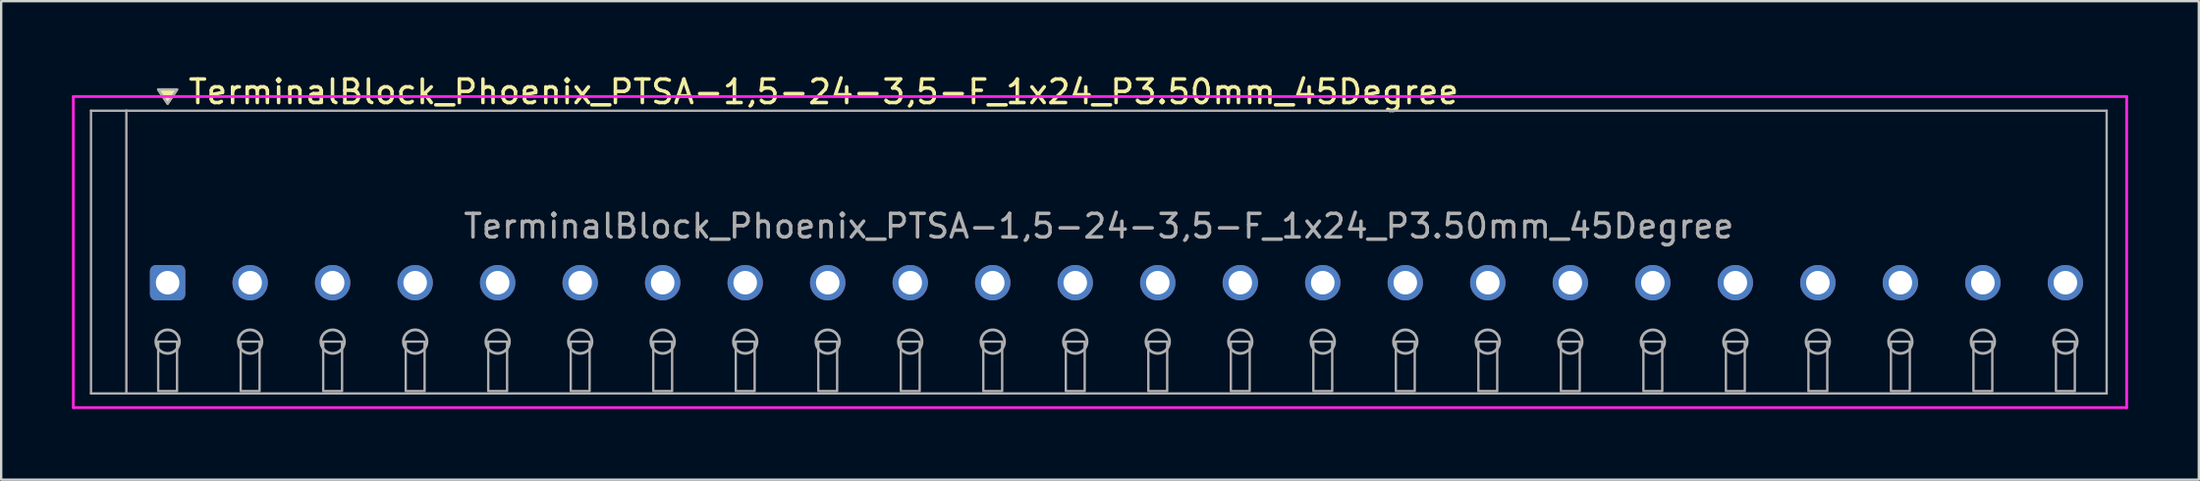
<source format=kicad_pcb>
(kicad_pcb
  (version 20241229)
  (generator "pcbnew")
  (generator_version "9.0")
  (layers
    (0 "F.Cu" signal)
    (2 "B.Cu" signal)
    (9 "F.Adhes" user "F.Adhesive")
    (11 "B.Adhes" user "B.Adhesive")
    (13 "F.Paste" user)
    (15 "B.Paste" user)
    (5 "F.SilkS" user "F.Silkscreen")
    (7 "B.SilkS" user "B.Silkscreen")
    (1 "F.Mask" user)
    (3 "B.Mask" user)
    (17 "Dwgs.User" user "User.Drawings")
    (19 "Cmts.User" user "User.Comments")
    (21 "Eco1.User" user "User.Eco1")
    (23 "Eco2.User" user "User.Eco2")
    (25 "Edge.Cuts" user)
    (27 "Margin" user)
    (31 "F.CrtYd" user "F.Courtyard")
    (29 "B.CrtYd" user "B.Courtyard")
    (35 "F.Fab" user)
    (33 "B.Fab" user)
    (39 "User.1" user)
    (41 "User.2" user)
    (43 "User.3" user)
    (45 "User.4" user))
  (footprint "TerminalBlock_Phoenix_PTSA-1,5-24-3,5-F_1x24_P3.50mm_45Degree"
    (layer "F.Cu")
    (at 4.06 8.948)
    (property "Reference" "TerminalBlock_Phoenix_PTSA-1,5-24-3,5-F_1x24_P3.50mm_45Degree" (at 0.8 -8.1 0) (layer "F.SilkS") (effects (font (size 1 1) (thickness 0.15)) (justify left)))
    (attr through_hole)
    (fp_poly (pts (xy 0 -7.6) (xy -0.4 -8.2) (xy 0.4 -8.2)) (stroke (width 0.1) (type solid)) (fill yes) (layer "F.SilkS"))
    (fp_line (start -4 -7.9) (end 83.1 -7.9) (stroke (width 0.12) (type solid)) (layer "F.CrtYd"))
    (fp_line (start -4 5.3) (end -4 -7.9) (stroke (width 0.12) (type solid)) (layer "F.CrtYd"))
    (fp_line (start 83.1 -7.9) (end 83.1 5.3) (stroke (width 0.12) (type solid)) (layer "F.CrtYd"))
    (fp_line (start 83.1 5.3) (end -4 5.3) (stroke (width 0.12) (type solid)) (layer "F.CrtYd"))
    (fp_line (start -3.25 -7.3) (end -1.75 -7.3) (stroke (width 0.1) (type solid)) (layer "F.Fab"))
    (fp_line (start -3.25 4.7) (end -3.25 -7.3) (stroke (width 0.1) (type solid)) (layer "F.Fab"))
    (fp_line (start -1.75 -7.3) (end -1.75 4.7) (stroke (width 0.1) (type solid)) (layer "F.Fab"))
    (fp_line (start -1.75 4.7) (end -3.25 4.7) (stroke (width 0.1) (type solid)) (layer "F.Fab"))
    (fp_line (start -1.75 4.7) (end 82.25 4.7) (stroke (width 0.1) (type solid)) (layer "F.Fab"))
    (fp_line (start 82.25 -7.3) (end -1.75 -7.3) (stroke (width 0.1) (type solid)) (layer "F.Fab"))
    (fp_line (start 82.25 4.7) (end 82.25 -7.3) (stroke (width 0.1) (type solid)) (layer "F.Fab"))
    (fp_circle (center 0 2.5) (end -0.5 2.5) (stroke (width 0.12) (type solid)) (fill no) (layer "F.Fab"))
    (fp_circle (center 3.5 2.5) (end 3 2.5) (stroke (width 0.12) (type solid)) (fill no) (layer "F.Fab"))
    (fp_circle (center 7 2.5) (end 6.5 2.5) (stroke (width 0.12) (type solid)) (fill no) (layer "F.Fab"))
    (fp_circle (center 10.5 2.5) (end 10 2.5) (stroke (width 0.12) (type solid)) (fill no) (layer "F.Fab"))
    (fp_circle (center 14 2.5) (end 13.5 2.5) (stroke (width 0.12) (type solid)) (fill no) (layer "F.Fab"))
    (fp_circle (center 17.5 2.5) (end 17 2.5) (stroke (width 0.12) (type solid)) (fill no) (layer "F.Fab"))
    (fp_circle (center 21 2.5) (end 20.5 2.5) (stroke (width 0.12) (type solid)) (fill no) (layer "F.Fab"))
    (fp_circle (center 24.5 2.5) (end 24 2.5) (stroke (width 0.12) (type solid)) (fill no) (layer "F.Fab"))
    (fp_circle (center 28 2.5) (end 27.5 2.5) (stroke (width 0.12) (type solid)) (fill no) (layer "F.Fab"))
    (fp_circle (center 31.5 2.5) (end 31 2.5) (stroke (width 0.12) (type solid)) (fill no) (layer "F.Fab"))
    (fp_circle (center 35 2.5) (end 34.5 2.5) (stroke (width 0.12) (type solid)) (fill no) (layer "F.Fab"))
    (fp_circle (center 38.5 2.5) (end 38 2.5) (stroke (width 0.12) (type solid)) (fill no) (layer "F.Fab"))
    (fp_circle (center 42 2.5) (end 41.5 2.5) (stroke (width 0.12) (type solid)) (fill no) (layer "F.Fab"))
    (fp_circle (center 45.5 2.5) (end 45 2.5) (stroke (width 0.12) (type solid)) (fill no) (layer "F.Fab"))
    (fp_circle (center 49 2.5) (end 48.5 2.5) (stroke (width 0.12) (type solid)) (fill no) (layer "F.Fab"))
    (fp_circle (center 52.5 2.5) (end 52 2.5) (stroke (width 0.12) (type solid)) (fill no) (layer "F.Fab"))
    (fp_circle (center 56 2.5) (end 55.5 2.5) (stroke (width 0.12) (type solid)) (fill no) (layer "F.Fab"))
    (fp_circle (center 59.5 2.5) (end 59 2.5) (stroke (width 0.12) (type solid)) (fill no) (layer "F.Fab"))
    (fp_circle (center 63 2.5) (end 62.5 2.5) (stroke (width 0.12) (type solid)) (fill no) (layer "F.Fab"))
    (fp_circle (center 66.5 2.5) (end 66 2.5) (stroke (width 0.12) (type solid)) (fill no) (layer "F.Fab"))
    (fp_circle (center 70 2.5) (end 69.5 2.5) (stroke (width 0.12) (type solid)) (fill no) (layer "F.Fab"))
    (fp_circle (center 73.5 2.5) (end 73 2.5) (stroke (width 0.12) (type solid)) (fill no) (layer "F.Fab"))
    (fp_circle (center 77 2.5) (end 76.5 2.5) (stroke (width 0.12) (type solid)) (fill no) (layer "F.Fab"))
    (fp_circle (center 80.5 2.5) (end 80 2.5) (stroke (width 0.12) (type solid)) (fill no) (layer "F.Fab"))
    (fp_poly (pts (xy 0 -7.6) (xy -0.4 -8.2) (xy 0.4 -8.2)) (stroke (width 0.1) (type solid)) (fill no) (layer "F.Fab"))
    (fp_poly (pts (xy -0.4 2.5) (xy -0.4 4.6) (xy 0.4 4.6) (xy 0.4 2.5)) (stroke (width 0.1) (type solid)) (fill no) (layer "F.Fab"))
    (fp_poly (pts (xy 3.1 2.5) (xy 3.1 4.6) (xy 3.9 4.6) (xy 3.9 2.5)) (stroke (width 0.1) (type solid)) (fill no) (layer "F.Fab"))
    (fp_poly (pts (xy 6.6 2.5) (xy 6.6 4.6) (xy 7.4 4.6) (xy 7.4 2.5)) (stroke (width 0.1) (type solid)) (fill no) (layer "F.Fab"))
    (fp_poly (pts (xy 10.1 2.5) (xy 10.1 4.6) (xy 10.9 4.6) (xy 10.9 2.5)) (stroke (width 0.1) (type solid)) (fill no) (layer "F.Fab"))
    (fp_poly (pts (xy 13.6 2.5) (xy 13.6 4.6) (xy 14.4 4.6) (xy 14.4 2.5)) (stroke (width 0.1) (type solid)) (fill no) (layer "F.Fab"))
    (fp_poly (pts (xy 17.1 2.5) (xy 17.1 4.6) (xy 17.9 4.6) (xy 17.9 2.5)) (stroke (width 0.1) (type solid)) (fill no) (layer "F.Fab"))
    (fp_poly (pts (xy 20.6 2.5) (xy 20.6 4.6) (xy 21.4 4.6) (xy 21.4 2.5)) (stroke (width 0.1) (type solid)) (fill no) (layer "F.Fab"))
    (fp_poly (pts (xy 24.1 2.5) (xy 24.1 4.6) (xy 24.9 4.6) (xy 24.9 2.5)) (stroke (width 0.1) (type solid)) (fill no) (layer "F.Fab"))
    (fp_poly (pts (xy 27.6 2.5) (xy 27.6 4.6) (xy 28.4 4.6) (xy 28.4 2.5)) (stroke (width 0.1) (type solid)) (fill no) (layer "F.Fab"))
    (fp_poly (pts (xy 31.1 2.5) (xy 31.1 4.6) (xy 31.9 4.6) (xy 31.9 2.5)) (stroke (width 0.1) (type solid)) (fill no) (layer "F.Fab"))
    (fp_poly (pts (xy 34.6 2.5) (xy 34.6 4.6) (xy 35.4 4.6) (xy 35.4 2.5)) (stroke (width 0.1) (type solid)) (fill no) (layer "F.Fab"))
    (fp_poly (pts (xy 38.1 2.5) (xy 38.1 4.6) (xy 38.9 4.6) (xy 38.9 2.5)) (stroke (width 0.1) (type solid)) (fill no) (layer "F.Fab"))
    (fp_poly (pts (xy 41.6 2.5) (xy 41.6 4.6) (xy 42.4 4.6) (xy 42.4 2.5)) (stroke (width 0.1) (type solid)) (fill no) (layer "F.Fab"))
    (fp_poly (pts (xy 45.1 2.5) (xy 45.1 4.6) (xy 45.9 4.6) (xy 45.9 2.5)) (stroke (width 0.1) (type solid)) (fill no) (layer "F.Fab"))
    (fp_poly (pts (xy 48.6 2.5) (xy 48.6 4.6) (xy 49.4 4.6) (xy 49.4 2.5)) (stroke (width 0.1) (type solid)) (fill no) (layer "F.Fab"))
    (fp_poly (pts (xy 52.1 2.5) (xy 52.1 4.6) (xy 52.9 4.6) (xy 52.9 2.5)) (stroke (width 0.1) (type solid)) (fill no) (layer "F.Fab"))
    (fp_poly (pts (xy 55.6 2.5) (xy 55.6 4.6) (xy 56.4 4.6) (xy 56.4 2.5)) (stroke (width 0.1) (type solid)) (fill no) (layer "F.Fab"))
    (fp_poly (pts (xy 59.1 2.5) (xy 59.1 4.6) (xy 59.9 4.6) (xy 59.9 2.5)) (stroke (width 0.1) (type solid)) (fill no) (layer "F.Fab"))
    (fp_poly (pts (xy 62.6 2.5) (xy 62.6 4.6) (xy 63.4 4.6) (xy 63.4 2.5)) (stroke (width 0.1) (type solid)) (fill no) (layer "F.Fab"))
    (fp_poly (pts (xy 66.1 2.5) (xy 66.1 4.6) (xy 66.9 4.6) (xy 66.9 2.5)) (stroke (width 0.1) (type solid)) (fill no) (layer "F.Fab"))
    (fp_poly (pts (xy 69.6 2.5) (xy 69.6 4.6) (xy 70.4 4.6) (xy 70.4 2.5)) (stroke (width 0.1) (type solid)) (fill no) (layer "F.Fab"))
    (fp_poly (pts (xy 73.1 2.5) (xy 73.1 4.6) (xy 73.9 4.6) (xy 73.9 2.5)) (stroke (width 0.1) (type solid)) (fill no) (layer "F.Fab"))
    (fp_poly (pts (xy 76.6 2.5) (xy 76.6 4.6) (xy 77.4 4.6) (xy 77.4 2.5)) (stroke (width 0.1) (type solid)) (fill no) (layer "F.Fab"))
    (fp_poly (pts (xy 80.1 2.5) (xy 80.1 4.6) (xy 80.9 4.6) (xy 80.9 2.5)) (stroke (width 0.1) (type solid)) (fill no) (layer "F.Fab"))
    (fp_text user "${REFERENCE}" (at 39.5 -2.4 0) (layer "F.Fab") (effects (font (size 1 1) (thickness 0.15))))
    (pad "1" thru_hole roundrect (at 0 0) (size 1.5 1.5) (drill 1) (layers "*.Cu" "*.Mask") (roundrect_rratio 0.167))
    (pad "2" thru_hole oval (at 3.5 0) (size 1.5 1.5) (drill 1) (layers "*.Cu" "*.Mask"))
    (pad "3" thru_hole oval (at 7 0) (size 1.5 1.5) (drill 1) (layers "*.Cu" "*.Mask"))
    (pad "4" thru_hole oval (at 10.5 0) (size 1.5 1.5) (drill 1) (layers "*.Cu" "*.Mask"))
    (pad "5" thru_hole oval (at 14 0) (size 1.5 1.5) (drill 1) (layers "*.Cu" "*.Mask"))
    (pad "6" thru_hole oval (at 17.5 0) (size 1.5 1.5) (drill 1) (layers "*.Cu" "*.Mask"))
    (pad "7" thru_hole oval (at 21 0) (size 1.5 1.5) (drill 1) (layers "*.Cu" "*.Mask"))
    (pad "8" thru_hole oval (at 24.5 0) (size 1.5 1.5) (drill 1) (layers "*.Cu" "*.Mask"))
    (pad "9" thru_hole oval (at 28 0) (size 1.5 1.5) (drill 1) (layers "*.Cu" "*.Mask"))
    (pad "10" thru_hole oval (at 31.5 0) (size 1.5 1.5) (drill 1) (layers "*.Cu" "*.Mask"))
    (pad "11" thru_hole oval (at 35 0) (size 1.5 1.5) (drill 1) (layers "*.Cu" "*.Mask"))
    (pad "12" thru_hole oval (at 38.5 0) (size 1.5 1.5) (drill 1) (layers "*.Cu" "*.Mask"))
    (pad "13" thru_hole oval (at 42 0) (size 1.5 1.5) (drill 1) (layers "*.Cu" "*.Mask"))
    (pad "14" thru_hole oval (at 45.5 0) (size 1.5 1.5) (drill 1) (layers "*.Cu" "*.Mask"))
    (pad "15" thru_hole oval (at 49 0) (size 1.5 1.5) (drill 1) (layers "*.Cu" "*.Mask"))
    (pad "16" thru_hole oval (at 52.5 0) (size 1.5 1.5) (drill 1) (layers "*.Cu" "*.Mask"))
    (pad "17" thru_hole oval (at 56 0) (size 1.5 1.5) (drill 1) (layers "*.Cu" "*.Mask"))
    (pad "18" thru_hole oval (at 59.5 0) (size 1.5 1.5) (drill 1) (layers "*.Cu" "*.Mask"))
    (pad "19" thru_hole oval (at 63 0) (size 1.5 1.5) (drill 1) (layers "*.Cu" "*.Mask"))
    (pad "20" thru_hole oval (at 66.5 0) (size 1.5 1.5) (drill 1) (layers "*.Cu" "*.Mask"))
    (pad "21" thru_hole oval (at 70 0) (size 1.5 1.5) (drill 1) (layers "*.Cu" "*.Mask"))
    (pad "22" thru_hole oval (at 73.5 0) (size 1.5 1.5) (drill 1) (layers "*.Cu" "*.Mask"))
    (pad "23" thru_hole oval (at 77 0) (size 1.5 1.5) (drill 1) (layers "*.Cu" "*.Mask"))
    (pad "24" thru_hole oval (at 80.5 0) (size 1.5 1.5) (drill 1) (layers "*.Cu" "*.Mask")))
  (gr_rect
    (start -3 -3)
    (end 90.22 17.308)
    (stroke (width 0.1) (type default))
    (fill no)
    (layer "Edge.Cuts")))
</source>
